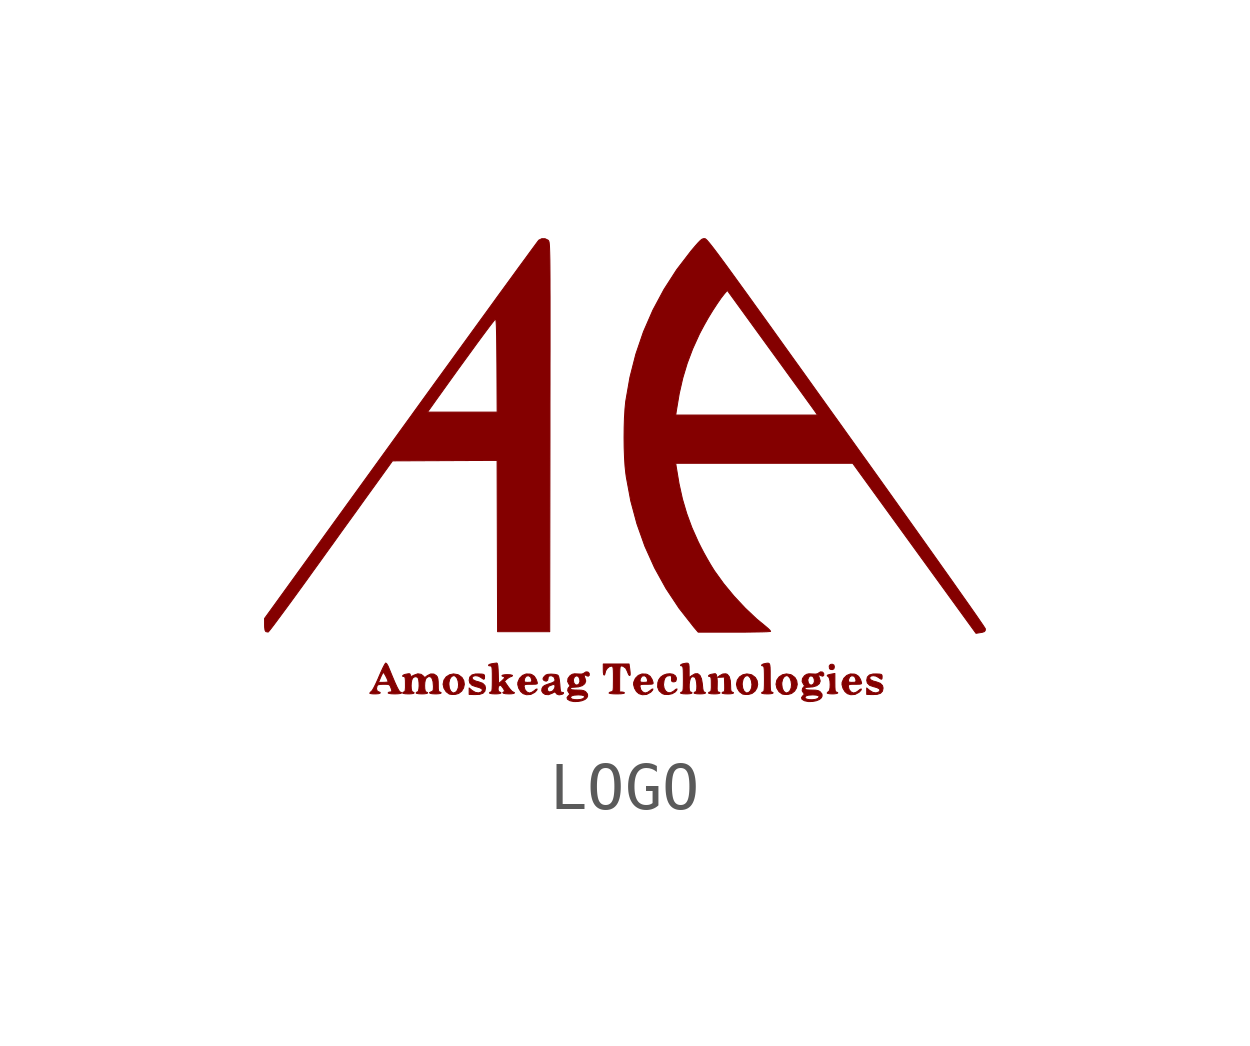
<source format=kicad_sym>
(kicad_symbol_lib
  (version 20210619)
  (generator bitmap2component)
  (symbol "LOGO"
    (pin_names
      (offset 1.016))
    (property "Reference" "#G"
      (at 0 4.389 0)
      (effects (font (size 1.27 1.27)) hide))
    (symbol "LOGO_0_0"
      (polyline (pts (xy -0.972 -4.619) (xy -0.89 -4.604) (xy -0.823 -4.577) (xy -0.783 -4.541) (xy -0.768 -4.506) (xy -0.77 -4.465) (xy -0.804 -4.421) (xy -0.817 -4.409) (xy -0.852 -4.392) (xy -0.904 -4.383) (xy -0.985 -4.381) (xy -1.029 -4.38) (xy -1.087 -4.376) (xy -1.117 -4.367) (xy -1.125 -4.351) (xy -1.122 -4.338) (xy -1.095 -4.324) (xy -1.036 -4.32) (xy -0.958 -4.314) (xy -0.878 -4.289) (xy -0.827 -4.247) (xy -0.807 -4.193) (xy -0.824 -4.129) (xy -0.831 -4.116) (xy -0.84 -4.077) (xy -0.826 -4.063) (xy -0.793 -4.08) (xy -0.791 -4.082) (xy -0.755 -4.092) (xy -0.733 -4.073) (xy -0.735 -4.032) (xy -0.761 -4.005) (xy -0.803 -4.002) (xy -0.843 -4.027) (xy -0.856 -4.038) (xy -0.899 -4.048) (xy -0.971 -4.045) (xy -0.974 -4.045) (xy -1.042 -4.042) (xy -1.088 -4.052) (xy -1.13 -4.079) (xy -1.136 -4.084) (xy -1.177 -4.14) (xy -1.181 -4.178) (xy -1.065 -4.178) (xy -1.064 -4.159) (xy -1.044 -4.11) (xy -1.009 -4.085) (xy -0.968 -4.093) (xy -0.957 -4.102) (xy -0.933 -4.148) (xy -0.928 -4.204) (xy -0.946 -4.251) (xy -0.984 -4.277) (xy -1.023 -4.271) (xy -1.053 -4.236) (xy -1.065 -4.178) (xy -1.181 -4.178) (xy -1.184 -4.203) (xy -1.155 -4.261) (xy -1.145 -4.272) (xy -1.135 -4.297) (xy -1.155 -4.32) (xy -1.176 -4.346) (xy -1.183 -4.396) (xy -1.156 -4.441) (xy -1.144 -4.452) (xy -1.141 -4.472) (xy -1.169 -4.5) (xy -1.192 -4.53) (xy -1.123 -4.53) (xy -1.104 -4.503) (xy -1.051 -4.487) (xy -0.961 -4.481) (xy -0.887 -4.486) (xy -0.84 -4.501) (xy -0.829 -4.524) (xy -0.855 -4.554) (xy -0.862 -4.559) (xy -0.911 -4.575) (xy -0.975 -4.582) (xy -1.04 -4.58) (xy -1.092 -4.569) (xy -1.119 -4.55) (xy -1.123 -4.53) (xy -1.192 -4.53) (xy -1.197 -4.537) (xy -1.188 -4.572) (xy -1.138 -4.602) (xy -1.132 -4.604) (xy -1.056 -4.62) (xy -0.972 -4.619)) (stroke (width 0.01)) (fill (type outline)))
      (polyline (pts (xy 3.911 -4.619) (xy 3.993 -4.604) (xy 4.06 -4.577) (xy 4.1 -4.541) (xy 4.115 -4.506) (xy 4.113 -4.465) (xy 4.079 -4.421) (xy 4.066 -4.409) (xy 4.031 -4.392) (xy 3.979 -4.383) (xy 3.898 -4.381) (xy 3.854 -4.38) (xy 3.796 -4.376) (xy 3.766 -4.367) (xy 3.758 -4.351) (xy 3.761 -4.338) (xy 3.788 -4.324) (xy 3.847 -4.32) (xy 3.925 -4.314) (xy 4.005 -4.289) (xy 4.057 -4.247) (xy 4.076 -4.193) (xy 4.059 -4.129) (xy 4.053 -4.116) (xy 4.043 -4.077) (xy 4.057 -4.063) (xy 4.09 -4.08) (xy 4.092 -4.082) (xy 4.128 -4.092) (xy 4.15 -4.073) (xy 4.148 -4.032) (xy 4.122 -4.005) (xy 4.08 -4.002) (xy 4.04 -4.027) (xy 4.027 -4.038) (xy 3.984 -4.048) (xy 3.912 -4.045) (xy 3.909 -4.045) (xy 3.841 -4.042) (xy 3.795 -4.052) (xy 3.753 -4.079) (xy 3.747 -4.084) (xy 3.706 -4.14) (xy 3.702 -4.178) (xy 3.818 -4.178) (xy 3.819 -4.159) (xy 3.839 -4.11) (xy 3.874 -4.085) (xy 3.915 -4.093) (xy 3.926 -4.102) (xy 3.95 -4.148) (xy 3.955 -4.204) (xy 3.938 -4.251) (xy 3.9 -4.277) (xy 3.86 -4.271) (xy 3.83 -4.236) (xy 3.818 -4.178) (xy 3.702 -4.178) (xy 3.699 -4.203) (xy 3.728 -4.261) (xy 3.738 -4.272) (xy 3.748 -4.297) (xy 3.728 -4.32) (xy 3.707 -4.346) (xy 3.7 -4.396) (xy 3.727 -4.441) (xy 3.739 -4.452) (xy 3.742 -4.472) (xy 3.714 -4.5) (xy 3.691 -4.53) (xy 3.76 -4.53) (xy 3.779 -4.503) (xy 3.832 -4.487) (xy 3.922 -4.481) (xy 3.996 -4.486) (xy 4.043 -4.501) (xy 4.054 -4.524) (xy 4.028 -4.554) (xy 4.021 -4.559) (xy 3.972 -4.575) (xy 3.908 -4.582) (xy 3.843 -4.58) (xy 3.791 -4.569) (xy 3.764 -4.55) (xy 3.76 -4.53) (xy 3.691 -4.53) (xy 3.686 -4.537) (xy 3.696 -4.572) (xy 3.745 -4.602) (xy 3.751 -4.604) (xy 3.827 -4.62) (xy 3.911 -4.619)) (stroke (width 0.01)) (fill (type outline)))
      (polyline (pts (xy -3.527 -4.472) (xy -3.454 -4.452) (xy -3.391 -4.403) (xy -3.351 -4.337) (xy -3.335 -4.262) (xy -3.346 -4.186) (xy -3.384 -4.119) (xy -3.452 -4.068) (xy -3.473 -4.059) (xy -3.561 -4.044) (xy -3.643 -4.062) (xy -3.713 -4.106) (xy -3.76 -4.173) (xy -3.778 -4.258) (xy -3.778 -4.259) (xy -3.778 -4.26) (xy -3.657 -4.26) (xy -3.655 -4.222) (xy -3.637 -4.148) (xy -3.602 -4.098) (xy -3.557 -4.079) (xy -3.523 -4.09) (xy -3.488 -4.131) (xy -3.465 -4.193) (xy -3.455 -4.265) (xy -3.462 -4.336) (xy -3.488 -4.396) (xy -3.518 -4.426) (xy -3.557 -4.441) (xy -3.578 -4.437) (xy -3.619 -4.404) (xy -3.647 -4.342) (xy -3.657 -4.26) (xy -3.778 -4.26) (xy -3.76 -4.342) (xy -3.714 -4.415) (xy -3.65 -4.463) (xy -3.642 -4.465) (xy -3.59 -4.473) (xy -3.527 -4.472)) (stroke (width 0.01)) (fill (type outline)))
      (polyline (pts (xy -3.02 -4.471) (xy -2.948 -4.448) (xy -2.907 -4.404) (xy -2.894 -4.339) (xy -2.906 -4.287) (xy -2.953 -4.24) (xy -3.034 -4.21) (xy -3.096 -4.194) (xy -3.155 -4.165) (xy -3.175 -4.131) (xy -3.173 -4.117) (xy -3.147 -4.09) (xy -3.1 -4.081) (xy -3.043 -4.09) (xy -2.989 -4.119) (xy -2.965 -4.137) (xy -2.932 -4.156) (xy -2.917 -4.146) (xy -2.914 -4.104) (xy -2.914 -4.1) (xy -2.917 -4.071) (xy -2.932 -4.055) (xy -2.968 -4.048) (xy -3.035 -4.045) (xy -3.105 -4.046) (xy -3.179 -4.067) (xy -3.222 -4.11) (xy -3.235 -4.177) (xy -3.222 -4.234) (xy -3.174 -4.282) (xy -3.091 -4.311) (xy -3.084 -4.312) (xy -3.024 -4.329) (xy -2.981 -4.35) (xy -2.974 -4.355) (xy -2.957 -4.38) (xy -2.972 -4.409) (xy -2.988 -4.423) (xy -3.042 -4.44) (xy -3.108 -4.428) (xy -3.174 -4.389) (xy -3.235 -4.337) (xy -3.235 -4.471) (xy -3.122 -4.475) (xy -3.02 -4.471)) (stroke (width 0.01)) (fill (type outline)))
      (polyline (pts (xy -1.951 -4.472) (xy -1.87 -4.429) (xy -1.857 -4.417) (xy -1.826 -4.382) (xy -1.819 -4.36) (xy -1.821 -4.358) (xy -1.843 -4.364) (xy -1.878 -4.392) (xy -1.88 -4.394) (xy -1.929 -4.427) (xy -1.977 -4.441) (xy -1.986 -4.441) (xy -2.037 -4.418) (xy -2.075 -4.369) (xy -2.09 -4.306) (xy -2.09 -4.296) (xy -2.084 -4.276) (xy -2.064 -4.265) (xy -2.022 -4.261) (xy -1.948 -4.26) (xy -1.909 -4.26) (xy -1.851 -4.258) (xy -1.822 -4.252) (xy -1.814 -4.238) (xy -1.819 -4.215) (xy -1.838 -4.158) (xy -1.877 -4.095) (xy -1.931 -4.058) (xy -1.963 -4.048) (xy -2.048 -4.045) (xy -2.124 -4.076) (xy -2.185 -4.136) (xy -2.212 -4.2) (xy -2.087 -4.2) (xy -2.086 -4.167) (xy -2.074 -4.127) (xy -2.045 -4.091) (xy -2.036 -4.087) (xy -1.991 -4.084) (xy -1.953 -4.112) (xy -1.933 -4.167) (xy -1.931 -4.18) (xy -1.935 -4.207) (xy -1.957 -4.218) (xy -2.01 -4.22) (xy -2.03 -4.22) (xy -2.072 -4.216) (xy -2.087 -4.2) (xy -2.212 -4.2) (xy -2.221 -4.221) (xy -2.223 -4.267) (xy -2.203 -4.342) (xy -2.162 -4.411) (xy -2.11 -4.456) (xy -2.039 -4.478) (xy -1.951 -4.472)) (stroke (width 0.01)) (fill (type outline)))
      (polyline (pts (xy -1.298 -4.469) (xy -1.272 -4.453) (xy -1.27 -4.434) (xy -1.301 -4.428) (xy -1.305 -4.428) (xy -1.322 -4.422) (xy -1.333 -4.398) (xy -1.34 -4.348) (xy -1.346 -4.266) (xy -1.347 -4.256) (xy -1.356 -4.172) (xy -1.368 -4.108) (xy -1.383 -4.075) (xy -1.398 -4.066) (xy -1.449 -4.054) (xy -1.52 -4.049) (xy -1.539 -4.049) (xy -1.601 -4.054) (xy -1.64 -4.069) (xy -1.671 -4.098) (xy -1.69 -4.124) (xy -1.698 -4.151) (xy -1.681 -4.176) (xy -1.671 -4.184) (xy -1.631 -4.196) (xy -1.6 -4.177) (xy -1.591 -4.135) (xy -1.586 -4.098) (xy -1.551 -4.083) (xy -1.508 -4.085) (xy -1.464 -4.115) (xy -1.447 -4.168) (xy -1.448 -4.182) (xy -1.464 -4.205) (xy -1.503 -4.227) (xy -1.573 -4.251) (xy -1.603 -4.261) (xy -1.664 -4.285) (xy -1.698 -4.311) (xy -1.717 -4.345) (xy -1.719 -4.35) (xy -1.72 -4.36) (xy -1.608 -4.36) (xy -1.605 -4.339) (xy -1.572 -4.298) (xy -1.502 -4.27) (xy -1.474 -4.264) (xy -1.452 -4.271) (xy -1.447 -4.305) (xy -1.454 -4.342) (xy -1.484 -4.388) (xy -1.511 -4.408) (xy -1.559 -4.421) (xy -1.594 -4.405) (xy -1.608 -4.36) (xy -1.72 -4.36) (xy -1.724 -4.399) (xy -1.699 -4.44) (xy -1.652 -4.472) (xy -1.583 -4.477) (xy -1.504 -4.446) (xy -1.5 -4.444) (xy -1.461 -4.423) (xy -1.44 -4.424) (xy -1.424 -4.446) (xy -1.411 -4.463) (xy -1.363 -4.481) (xy -1.298 -4.469)) (stroke (width 0.01)) (fill (type outline)))
      (polyline (pts (xy 0.461 -4.472) (xy 0.541 -4.429) (xy 0.555 -4.417) (xy 0.585 -4.382) (xy 0.592 -4.36) (xy 0.591 -4.358) (xy 0.568 -4.364) (xy 0.533 -4.392) (xy 0.531 -4.394) (xy 0.483 -4.427) (xy 0.434 -4.441) (xy 0.426 -4.441) (xy 0.375 -4.418) (xy 0.337 -4.369) (xy 0.322 -4.306) (xy 0.322 -4.296) (xy 0.327 -4.276) (xy 0.347 -4.265) (xy 0.39 -4.261) (xy 0.464 -4.26) (xy 0.502 -4.26) (xy 0.56 -4.258) (xy 0.589 -4.252) (xy 0.597 -4.238) (xy 0.593 -4.215) (xy 0.574 -4.158) (xy 0.534 -4.095) (xy 0.48 -4.058) (xy 0.449 -4.048) (xy 0.364 -4.045) (xy 0.287 -4.076) (xy 0.227 -4.136) (xy 0.199 -4.2) (xy 0.324 -4.2) (xy 0.325 -4.167) (xy 0.338 -4.127) (xy 0.367 -4.091) (xy 0.375 -4.087) (xy 0.421 -4.084) (xy 0.459 -4.112) (xy 0.479 -4.167) (xy 0.48 -4.18) (xy 0.477 -4.207) (xy 0.454 -4.218) (xy 0.402 -4.22) (xy 0.382 -4.22) (xy 0.34 -4.216) (xy 0.324 -4.2) (xy 0.199 -4.2) (xy 0.191 -4.221) (xy 0.189 -4.267) (xy 0.209 -4.342) (xy 0.249 -4.411) (xy 0.301 -4.456) (xy 0.372 -4.478) (xy 0.461 -4.472)) (stroke (width 0.01)) (fill (type outline)))
      (polyline (pts (xy 0.993 -4.457) (xy 1.056 -4.42) (xy 1.059 -4.417) (xy 1.088 -4.382) (xy 1.094 -4.359) (xy 1.093 -4.357) (xy 1.07 -4.364) (xy 1.035 -4.392) (xy 1.018 -4.407) (xy 0.959 -4.437) (xy 0.903 -4.434) (xy 0.857 -4.401) (xy 0.825 -4.345) (xy 0.812 -4.27) (xy 0.824 -4.181) (xy 0.845 -4.125) (xy 0.884 -4.09) (xy 0.946 -4.079) (xy 0.962 -4.081) (xy 0.979 -4.099) (xy 0.98 -4.145) (xy 0.979 -4.182) (xy 0.991 -4.205) (xy 1.025 -4.21) (xy 1.033 -4.21) (xy 1.068 -4.197) (xy 1.081 -4.157) (xy 1.08 -4.125) (xy 1.056 -4.08) (xy 1.008 -4.051) (xy 0.946 -4.041) (xy 0.877 -4.047) (xy 0.809 -4.071) (xy 0.752 -4.112) (xy 0.713 -4.168) (xy 0.694 -4.227) (xy 0.69 -4.319) (xy 0.721 -4.396) (xy 0.786 -4.454) (xy 0.833 -4.471) (xy 0.913 -4.474) (xy 0.993 -4.457)) (stroke (width 0.01)) (fill (type outline)))
      (polyline (pts (xy 2.582 -4.472) (xy 2.655 -4.452) (xy 2.718 -4.403) (xy 2.758 -4.337) (xy 2.774 -4.262) (xy 2.763 -4.186) (xy 2.725 -4.119) (xy 2.657 -4.068) (xy 2.636 -4.059) (xy 2.548 -4.044) (xy 2.465 -4.062) (xy 2.396 -4.106) (xy 2.349 -4.173) (xy 2.331 -4.258) (xy 2.331 -4.259) (xy 2.331 -4.26) (xy 2.451 -4.26) (xy 2.454 -4.222) (xy 2.472 -4.148) (xy 2.506 -4.098) (xy 2.552 -4.079) (xy 2.586 -4.09) (xy 2.621 -4.131) (xy 2.644 -4.193) (xy 2.654 -4.265) (xy 2.647 -4.336) (xy 2.621 -4.396) (xy 2.591 -4.426) (xy 2.552 -4.441) (xy 2.531 -4.437) (xy 2.49 -4.404) (xy 2.462 -4.342) (xy 2.451 -4.26) (xy 2.331 -4.26) (xy 2.349 -4.342) (xy 2.394 -4.415) (xy 2.459 -4.463) (xy 2.466 -4.465) (xy 2.519 -4.473) (xy 2.582 -4.472)) (stroke (width 0.01)) (fill (type outline)))
      (polyline (pts (xy 3.406 -4.472) (xy 3.479 -4.452) (xy 3.542 -4.403) (xy 3.582 -4.337) (xy 3.598 -4.262) (xy 3.587 -4.186) (xy 3.549 -4.119) (xy 3.481 -4.068) (xy 3.46 -4.059) (xy 3.372 -4.044) (xy 3.289 -4.062) (xy 3.22 -4.106) (xy 3.172 -4.173) (xy 3.155 -4.258) (xy 3.155 -4.259) (xy 3.155 -4.26) (xy 3.275 -4.26) (xy 3.277 -4.222) (xy 3.296 -4.148) (xy 3.33 -4.098) (xy 3.376 -4.079) (xy 3.41 -4.09) (xy 3.445 -4.131) (xy 3.468 -4.193) (xy 3.478 -4.265) (xy 3.471 -4.336) (xy 3.445 -4.396) (xy 3.415 -4.426) (xy 3.376 -4.441) (xy 3.355 -4.437) (xy 3.314 -4.404) (xy 3.286 -4.342) (xy 3.275 -4.26) (xy 3.155 -4.26) (xy 3.173 -4.342) (xy 3.218 -4.415) (xy 3.283 -4.463) (xy 3.29 -4.465) (xy 3.343 -4.473) (xy 3.406 -4.472)) (stroke (width 0.01)) (fill (type outline)))
      (polyline (pts (xy 4.801 -4.472) (xy 4.881 -4.429) (xy 4.895 -4.417) (xy 4.926 -4.382) (xy 4.933 -4.36) (xy 4.931 -4.358) (xy 4.909 -4.364) (xy 4.873 -4.392) (xy 4.872 -4.394) (xy 4.823 -4.427) (xy 4.775 -4.441) (xy 4.766 -4.441) (xy 4.715 -4.418) (xy 4.677 -4.369) (xy 4.662 -4.306) (xy 4.662 -4.296) (xy 4.668 -4.276) (xy 4.688 -4.265) (xy 4.73 -4.261) (xy 4.804 -4.26) (xy 4.843 -4.26) (xy 4.901 -4.258) (xy 4.929 -4.252) (xy 4.938 -4.238) (xy 4.933 -4.215) (xy 4.914 -4.158) (xy 4.875 -4.095) (xy 4.82 -4.058) (xy 4.789 -4.048) (xy 4.704 -4.045) (xy 4.628 -4.076) (xy 4.567 -4.136) (xy 4.54 -4.2) (xy 4.665 -4.2) (xy 4.666 -4.167) (xy 4.668 -4.155) (xy 4.691 -4.105) (xy 4.731 -4.082) (xy 4.777 -4.091) (xy 4.802 -4.118) (xy 4.819 -4.167) (xy 4.82 -4.18) (xy 4.817 -4.207) (xy 4.795 -4.218) (xy 4.742 -4.22) (xy 4.722 -4.22) (xy 4.68 -4.216) (xy 4.665 -4.2) (xy 4.54 -4.2) (xy 4.531 -4.221) (xy 4.529 -4.267) (xy 4.549 -4.342) (xy 4.59 -4.411) (xy 4.642 -4.456) (xy 4.713 -4.478) (xy 4.801 -4.472)) (stroke (width 0.01)) (fill (type outline)))
      (polyline (pts (xy 5.259 -4.471) (xy 5.331 -4.448) (xy 5.372 -4.404) (xy 5.385 -4.339) (xy 5.373 -4.287) (xy 5.326 -4.24) (xy 5.245 -4.21) (xy 5.183 -4.194) (xy 5.124 -4.165) (xy 5.104 -4.131) (xy 5.106 -4.117) (xy 5.132 -4.09) (xy 5.179 -4.081) (xy 5.236 -4.09) (xy 5.29 -4.119) (xy 5.314 -4.137) (xy 5.347 -4.156) (xy 5.362 -4.146) (xy 5.365 -4.104) (xy 5.365 -4.1) (xy 5.362 -4.071) (xy 5.347 -4.055) (xy 5.311 -4.048) (xy 5.244 -4.045) (xy 5.174 -4.046) (xy 5.1 -4.067) (xy 5.058 -4.11) (xy 5.044 -4.177) (xy 5.057 -4.234) (xy 5.105 -4.282) (xy 5.188 -4.311) (xy 5.195 -4.312) (xy 5.255 -4.329) (xy 5.298 -4.35) (xy 5.305 -4.355) (xy 5.322 -4.38) (xy 5.307 -4.409) (xy 5.291 -4.423) (xy 5.237 -4.44) (xy 5.171 -4.428) (xy 5.106 -4.389) (xy 5.044 -4.337) (xy 5.044 -4.404) (xy 5.044 -4.471) (xy 5.158 -4.475) (xy 5.259 -4.471)) (stroke (width 0.01)) (fill (type outline)))
      (polyline (pts (xy -4.71 -4.458) (xy -4.661 -4.451) (xy -4.642 -4.441) (xy -4.645 -4.432) (xy -4.67 -4.421) (xy -4.676 -4.419) (xy -4.699 -4.389) (xy -4.735 -4.322) (xy -4.782 -4.22) (xy -4.841 -4.08) (xy -4.914 -3.903) (xy -4.925 -3.878) (xy -4.95 -3.835) (xy -4.971 -3.818) (xy -4.978 -3.823) (xy -5 -3.858) (xy -5.032 -3.92) (xy -5.07 -4.003) (xy -5.113 -4.101) (xy -5.134 -4.151) (xy -5.165 -4.22) (xy -5.123 -4.22) (xy -5.082 -4.125) (xy -5.067 -4.09) (xy -5.042 -4.04) (xy -5.025 -4.013) (xy -5.021 -4.013) (xy -5.002 -4.035) (xy -4.977 -4.078) (xy -4.951 -4.129) (xy -4.931 -4.176) (xy -4.923 -4.209) (xy -4.93 -4.213) (xy -4.966 -4.218) (xy -5.023 -4.22) (xy -5.123 -4.22) (xy -5.165 -4.22) (xy -5.177 -4.246) (xy -5.216 -4.325) (xy -5.248 -4.381) (xy -5.268 -4.407) (xy -5.29 -4.424) (xy -5.305 -4.446) (xy -5.295 -4.452) (xy -5.255 -4.459) (xy -5.195 -4.461) (xy -5.181 -4.461) (xy -5.12 -4.456) (xy -5.088 -4.444) (xy -5.088 -4.43) (xy -5.124 -4.415) (xy -5.15 -4.399) (xy -5.165 -4.354) (xy -5.152 -4.292) (xy -5.152 -4.29) (xy -5.133 -4.272) (xy -5.09 -4.263) (xy -5.016 -4.26) (xy -4.996 -4.26) (xy -4.935 -4.262) (xy -4.901 -4.27) (xy -4.882 -4.29) (xy -4.867 -4.327) (xy -4.853 -4.366) (xy -4.845 -4.403) (xy -4.854 -4.418) (xy -4.883 -4.421) (xy -4.907 -4.425) (xy -4.923 -4.441) (xy -4.905 -4.451) (xy -4.855 -4.458) (xy -4.783 -4.461) (xy -4.782 -4.461) (xy -4.71 -4.458)) (stroke (width 0.01)) (fill (type outline)))
      (polyline (pts (xy -3.884 -4.459) (xy -3.836 -4.452) (xy -3.818 -4.441) (xy -3.821 -4.432) (xy -3.848 -4.421) (xy -3.86 -4.417) (xy -3.871 -4.396) (xy -3.877 -4.35) (xy -3.878 -4.27) (xy -3.879 -4.211) (xy -3.885 -4.149) (xy -3.897 -4.108) (xy -3.919 -4.079) (xy -3.97 -4.047) (xy -4.036 -4.045) (xy -4.106 -4.08) (xy -4.158 -4.121) (xy -4.199 -4.08) (xy -4.236 -4.053) (xy -4.304 -4.042) (xy -4.381 -4.069) (xy -4.383 -4.07) (xy -4.431 -4.094) (xy -4.455 -4.094) (xy -4.461 -4.069) (xy -4.462 -4.056) (xy -4.472 -4.042) (xy -4.501 -4.041) (xy -4.559 -4.052) (xy -4.587 -4.059) (xy -4.617 -4.077) (xy -4.62 -4.093) (xy -4.592 -4.099) (xy -4.578 -4.104) (xy -4.568 -4.128) (xy -4.563 -4.178) (xy -4.562 -4.26) (xy -4.562 -4.331) (xy -4.567 -4.386) (xy -4.576 -4.413) (xy -4.592 -4.421) (xy -4.606 -4.423) (xy -4.622 -4.441) (xy -4.609 -4.45) (xy -4.566 -4.458) (xy -4.501 -4.461) (xy -4.447 -4.459) (xy -4.399 -4.452) (xy -4.381 -4.441) (xy -4.384 -4.432) (xy -4.411 -4.421) (xy -4.413 -4.421) (xy -4.43 -4.399) (xy -4.44 -4.351) (xy -4.443 -4.289) (xy -4.439 -4.223) (xy -4.428 -4.167) (xy -4.409 -4.131) (xy -4.393 -4.116) (xy -4.358 -4.101) (xy -4.312 -4.112) (xy -4.3 -4.124) (xy -4.286 -4.166) (xy -4.279 -4.227) (xy -4.277 -4.295) (xy -4.282 -4.357) (xy -4.293 -4.403) (xy -4.31 -4.421) (xy -4.324 -4.423) (xy -4.34 -4.441) (xy -4.328 -4.45) (xy -4.284 -4.458) (xy -4.22 -4.461) (xy -4.165 -4.459) (xy -4.118 -4.452) (xy -4.099 -4.441) (xy -4.103 -4.432) (xy -4.13 -4.421) (xy -4.132 -4.421) (xy -4.149 -4.399) (xy -4.159 -4.351) (xy -4.162 -4.289) (xy -4.158 -4.223) (xy -4.146 -4.167) (xy -4.128 -4.131) (xy -4.084 -4.1) (xy -4.042 -4.102) (xy -4.008 -4.138) (xy -3.987 -4.206) (xy -3.979 -4.303) (xy -3.979 -4.314) (xy -3.982 -4.372) (xy -3.994 -4.402) (xy -4.019 -4.415) (xy -4.034 -4.42) (xy -4.06 -4.434) (xy -4.05 -4.448) (xy -4.008 -4.457) (xy -3.939 -4.461) (xy -3.884 -4.459)) (stroke (width 0.01)) (fill (type outline)))
      (polyline (pts (xy -2.357 -4.459) (xy -2.309 -4.452) (xy -2.291 -4.441) (xy -2.293 -4.433) (xy -2.319 -4.421) (xy -2.343 -4.406) (xy -2.381 -4.365) (xy -2.424 -4.308) (xy -2.501 -4.196) (xy -2.445 -4.148) (xy -2.438 -4.142) (xy -2.394 -4.112) (xy -2.36 -4.099) (xy -2.347 -4.097) (xy -2.331 -4.079) (xy -2.341 -4.071) (xy -2.381 -4.062) (xy -2.442 -4.059) (xy -2.487 -4.061) (xy -2.534 -4.068) (xy -2.552 -4.079) (xy -2.549 -4.088) (xy -2.522 -4.099) (xy -2.514 -4.1) (xy -2.494 -4.112) (xy -2.508 -4.143) (xy -2.557 -4.191) (xy -2.622 -4.246) (xy -2.628 -4.032) (xy -2.631 -3.959) (xy -2.637 -3.878) (xy -2.646 -3.833) (xy -2.658 -3.818) (xy -2.662 -3.818) (xy -2.702 -3.823) (xy -2.758 -3.831) (xy -2.803 -3.842) (xy -2.83 -3.858) (xy -2.829 -3.872) (xy -2.793 -3.878) (xy -2.792 -3.878) (xy -2.776 -3.881) (xy -2.766 -3.892) (xy -2.759 -3.918) (xy -2.755 -3.966) (xy -2.753 -4.041) (xy -2.753 -4.15) (xy -2.753 -4.18) (xy -2.754 -4.282) (xy -2.757 -4.352) (xy -2.762 -4.394) (xy -2.771 -4.415) (xy -2.783 -4.421) (xy -2.797 -4.423) (xy -2.813 -4.441) (xy -2.8 -4.45) (xy -2.757 -4.458) (xy -2.693 -4.461) (xy -2.638 -4.459) (xy -2.591 -4.452) (xy -2.572 -4.441) (xy -2.576 -4.432) (xy -2.602 -4.421) (xy -2.605 -4.421) (xy -2.625 -4.402) (xy -2.633 -4.362) (xy -2.627 -4.317) (xy -2.607 -4.284) (xy -2.593 -4.278) (xy -2.567 -4.29) (xy -2.532 -4.335) (xy -2.517 -4.357) (xy -2.498 -4.398) (xy -2.507 -4.416) (xy -2.513 -4.418) (xy -2.535 -4.433) (xy -2.522 -4.447) (xy -2.479 -4.457) (xy -2.411 -4.461) (xy -2.357 -4.459)) (stroke (width 0.01)) (fill (type outline)))
      (polyline (pts (xy -0.146 -4.461) (xy -0.07 -4.458) (xy -0.019 -4.451) (xy 0 -4.441) (xy -0.013 -4.428) (xy -0.05 -4.421) (xy -0.101 -4.421) (xy -0.101 -4.15) (xy -0.1 -4.102) (xy -0.099 -4.006) (xy -0.096 -3.941) (xy -0.091 -3.902) (xy -0.082 -3.883) (xy -0.069 -3.878) (xy -0.029 -3.885) (xy 0.026 -3.925) (xy 0.063 -3.999) (xy 0.069 -4.019) (xy 0.088 -4.062) (xy 0.104 -4.079) (xy 0.114 -4.075) (xy 0.119 -4.054) (xy 0.117 -4.008) (xy 0.108 -3.931) (xy 0.095 -3.838) (xy -0.442 -3.838) (xy -0.442 -3.96) (xy -0.441 -4.012) (xy -0.434 -4.059) (xy -0.422 -4.069) (xy -0.412 -4.058) (xy -0.402 -4.021) (xy -0.392 -3.98) (xy -0.36 -3.93) (xy -0.316 -3.894) (xy -0.274 -3.882) (xy -0.257 -3.887) (xy -0.244 -3.898) (xy -0.237 -3.924) (xy -0.233 -3.97) (xy -0.231 -4.043) (xy -0.231 -4.15) (xy -0.231 -4.163) (xy -0.232 -4.266) (xy -0.233 -4.335) (xy -0.237 -4.379) (xy -0.245 -4.402) (xy -0.258 -4.413) (xy -0.276 -4.417) (xy -0.304 -4.425) (xy -0.322 -4.442) (xy -0.32 -4.445) (xy -0.292 -4.453) (xy -0.235 -4.459) (xy -0.161 -4.461) (xy -0.146 -4.461)) (stroke (width 0.01)) (fill (type outline)))
      (polyline (pts (xy 1.622 -4.459) (xy 1.67 -4.452) (xy 1.688 -4.441) (xy 1.685 -4.433) (xy 1.66 -4.421) (xy 1.657 -4.42) (xy 1.642 -4.402) (xy 1.631 -4.354) (xy 1.623 -4.27) (xy 1.622 -4.255) (xy 1.604 -4.148) (xy 1.572 -4.076) (xy 1.526 -4.04) (xy 1.468 -4.042) (xy 1.399 -4.081) (xy 1.346 -4.122) (xy 1.346 -3.97) (xy 1.345 -3.892) (xy 1.339 -3.844) (xy 1.321 -3.822) (xy 1.286 -3.82) (xy 1.228 -3.831) (xy 1.2 -3.838) (xy 1.17 -3.856) (xy 1.167 -3.871) (xy 1.196 -3.878) (xy 1.199 -3.879) (xy 1.21 -3.888) (xy 1.218 -3.913) (xy 1.223 -3.962) (xy 1.225 -4.038) (xy 1.226 -4.15) (xy 1.226 -4.18) (xy 1.225 -4.282) (xy 1.222 -4.352) (xy 1.216 -4.394) (xy 1.208 -4.415) (xy 1.196 -4.421) (xy 1.182 -4.423) (xy 1.165 -4.441) (xy 1.178 -4.45) (xy 1.222 -4.458) (xy 1.286 -4.461) (xy 1.341 -4.459) (xy 1.388 -4.452) (xy 1.407 -4.441) (xy 1.403 -4.431) (xy 1.376 -4.421) (xy 1.365 -4.416) (xy 1.352 -4.382) (xy 1.347 -4.326) (xy 1.348 -4.26) (xy 1.357 -4.195) (xy 1.371 -4.141) (xy 1.391 -4.112) (xy 1.419 -4.1) (xy 1.462 -4.112) (xy 1.473 -4.124) (xy 1.49 -4.167) (xy 1.502 -4.228) (xy 1.507 -4.295) (xy 1.505 -4.358) (xy 1.495 -4.403) (xy 1.478 -4.421) (xy 1.463 -4.423) (xy 1.447 -4.441) (xy 1.46 -4.45) (xy 1.503 -4.458) (xy 1.567 -4.461) (xy 1.622 -4.459)) (stroke (width 0.01)) (fill (type outline)))
      (polyline (pts (xy 1.923 -4.459) (xy 1.971 -4.452) (xy 1.989 -4.441) (xy 1.985 -4.431) (xy 1.957 -4.421) (xy 1.943 -4.417) (xy 1.933 -4.396) (xy 1.929 -4.352) (xy 1.931 -4.275) (xy 1.932 -4.199) (xy 1.926 -4.113) (xy 1.911 -4.058) (xy 1.89 -4.039) (xy 1.89 -4.039) (xy 1.86 -4.043) (xy 1.811 -4.052) (xy 1.783 -4.059) (xy 1.753 -4.077) (xy 1.75 -4.093) (xy 1.778 -4.099) (xy 1.792 -4.104) (xy 1.802 -4.128) (xy 1.807 -4.178) (xy 1.808 -4.26) (xy 1.808 -4.331) (xy 1.803 -4.386) (xy 1.794 -4.413) (xy 1.778 -4.421) (xy 1.764 -4.423) (xy 1.748 -4.441) (xy 1.761 -4.45) (xy 1.805 -4.458) (xy 1.869 -4.461) (xy 1.923 -4.459)) (stroke (width 0.01)) (fill (type outline)))
      (polyline (pts (xy 2.205 -4.459) (xy 2.252 -4.452) (xy 2.271 -4.441) (xy 2.267 -4.432) (xy 2.24 -4.421) (xy 2.233 -4.42) (xy 2.22 -4.404) (xy 2.212 -4.363) (xy 2.21 -4.289) (xy 2.204 -4.186) (xy 2.182 -4.103) (xy 2.142 -4.054) (xy 2.11 -4.042) (xy 2.048 -4.046) (xy 1.987 -4.078) (xy 1.939 -4.116) (xy 2.01 -4.113) (xy 2.08 -4.109) (xy 2.086 -4.265) (xy 2.087 -4.341) (xy 2.085 -4.39) (xy 2.076 -4.415) (xy 2.061 -4.421) (xy 2.046 -4.423) (xy 2.03 -4.441) (xy 2.042 -4.45) (xy 2.086 -4.458) (xy 2.15 -4.461) (xy 2.205 -4.459)) (stroke (width 0.01)) (fill (type outline)))
      (polyline (pts (xy 3.029 -4.459) (xy 3.076 -4.452) (xy 3.095 -4.441) (xy 3.091 -4.432) (xy 3.064 -4.421) (xy 3.057 -4.419) (xy 3.047 -4.406) (xy 3.041 -4.375) (xy 3.037 -4.321) (xy 3.035 -4.237) (xy 3.034 -4.119) (xy 3.034 -4.101) (xy 3.034 -3.988) (xy 3.032 -3.909) (xy 3.026 -3.858) (xy 3.014 -3.83) (xy 2.993 -3.82) (xy 2.961 -3.822) (xy 2.916 -3.831) (xy 2.888 -3.838) (xy 2.858 -3.856) (xy 2.855 -3.871) (xy 2.884 -3.878) (xy 2.887 -3.879) (xy 2.898 -3.888) (xy 2.906 -3.913) (xy 2.911 -3.962) (xy 2.913 -4.038) (xy 2.914 -4.15) (xy 2.914 -4.18) (xy 2.913 -4.282) (xy 2.91 -4.352) (xy 2.905 -4.394) (xy 2.896 -4.415) (xy 2.884 -4.421) (xy 2.87 -4.423) (xy 2.853 -4.441) (xy 2.866 -4.45) (xy 2.91 -4.458) (xy 2.974 -4.461) (xy 3.029 -4.459)) (stroke (width 0.01)) (fill (type outline)))
      (polyline (pts (xy 4.376 -4.459) (xy 4.423 -4.452) (xy 4.441 -4.441) (xy 4.438 -4.432) (xy 4.411 -4.421) (xy 4.406 -4.42) (xy 4.393 -4.409) (xy 4.386 -4.378) (xy 4.382 -4.319) (xy 4.381 -4.228) (xy 4.381 -4.035) (xy 4.305 -4.049) (xy 4.271 -4.056) (xy 4.229 -4.069) (xy 4.221 -4.083) (xy 4.245 -4.102) (xy 4.249 -4.104) (xy 4.267 -4.139) (xy 4.279 -4.197) (xy 4.283 -4.267) (xy 4.28 -4.334) (xy 4.269 -4.387) (xy 4.25 -4.414) (xy 4.236 -4.421) (xy 4.22 -4.443) (xy 4.23 -4.45) (xy 4.27 -4.458) (xy 4.33 -4.461) (xy 4.376 -4.459)) (stroke (width 0.01)) (fill (type outline)))
      (polyline (pts (xy 4.36 -3.94) (xy 4.371 -3.898) (xy 4.361 -3.859) (xy 4.325 -3.842) (xy 4.287 -3.848) (xy 4.263 -3.88) (xy 4.268 -3.93) (xy 4.283 -3.948) (xy 4.325 -3.955) (xy 4.36 -3.94)) (stroke (width 0.01)) (fill (type outline)))
      (polyline (pts (xy 7.401 -3.186) (xy 7.45 -3.178) (xy 7.493 -3.164) (xy 7.511 -3.143) (xy 7.516 -3.108) (xy 7.504 -3.087) (xy 7.47 -3.035) (xy 7.413 -2.952) (xy 7.335 -2.838) (xy 7.236 -2.696) (xy 7.116 -2.525) (xy 6.976 -2.327) (xy 6.818 -2.102) (xy 6.64 -1.851) (xy 6.445 -1.576) (xy 6.232 -1.276) (xy 6.003 -0.954) (xy 5.757 -0.609) (xy 5.496 -0.243) (xy 5.22 0.144) (xy 4.929 0.55) (xy 4.625 0.975) (xy 4.574 1.047) (xy 4.269 1.472) (xy 3.987 1.866) (xy 3.727 2.23) (xy 3.487 2.564) (xy 3.267 2.871) (xy 3.066 3.152) (xy 2.883 3.407) (xy 2.716 3.638) (xy 2.567 3.846) (xy 2.432 4.032) (xy 2.312 4.198) (xy 2.206 4.344) (xy 2.113 4.472) (xy 2.031 4.583) (xy 1.961 4.678) (xy 1.901 4.758) (xy 1.85 4.825) (xy 1.807 4.88) (xy 1.772 4.924) (xy 1.744 4.957) (xy 1.722 4.983) (xy 1.704 5) (xy 1.691 5.011) (xy 1.681 5.018) (xy 1.673 5.02) (xy 1.672 5.02) (xy 1.642 5.019) (xy 1.613 5.008) (xy 1.579 4.981) (xy 1.532 4.933) (xy 1.467 4.859) (xy 1.388 4.766) (xy 1.087 4.374) (xy 0.822 3.962) (xy 0.591 3.531) (xy 0.395 3.081) (xy 0.236 2.615) (xy 0.113 2.132) (xy 0.026 1.634) (xy 0.025 1.625) (xy 0.01 1.473) (xy 0.003 1.346) (xy 1.067 1.346) (xy 1.078 1.422) (xy 1.081 1.441) (xy 1.14 1.793) (xy 1.214 2.117) (xy 1.306 2.423) (xy 1.419 2.723) (xy 1.556 3.025) (xy 1.583 3.078) (xy 1.66 3.222) (xy 1.746 3.374) (xy 1.837 3.523) (xy 1.928 3.662) (xy 2.011 3.783) (xy 2.083 3.875) (xy 2.141 3.942) (xy 3.034 2.711) (xy 3.042 2.7) (xy 3.186 2.502) (xy 3.324 2.312) (xy 3.454 2.132) (xy 3.574 1.967) (xy 3.682 1.818) (xy 3.776 1.688) (xy 3.854 1.58) (xy 3.915 1.496) (xy 3.955 1.44) (xy 3.974 1.413) (xy 4.02 1.346) (xy 1.067 1.346) (xy 0.003 1.346) (xy -0.001 1.291) (xy -0.007 1.09) (xy -0.009 0.879) (xy -0.007 0.668) (xy 0.000200 0.467) (xy 0.011 0.285) (xy 0.027 0.134) (xy 0.038 0.054) (xy 0.13 -0.44) (xy 0.259 -0.92) (xy 0.424 -1.385) (xy 0.626 -1.834) (xy 0.864 -2.265) (xy 1.137 -2.677) (xy 1.445 -3.07) (xy 1.535 -3.175) (xy 2.297 -3.175) (xy 2.466 -3.175) (xy 2.621 -3.173) (xy 2.759 -3.171) (xy 2.874 -3.169) (xy 2.963 -3.166) (xy 3.02 -3.162) (xy 3.042 -3.159) (xy 3.042 -3.158) (xy 3.029 -3.136) (xy 2.992 -3.099) (xy 2.938 -3.053) (xy 2.752 -2.9) (xy 2.513 -2.674) (xy 2.281 -2.426) (xy 2.066 -2.166) (xy 1.877 -1.904) (xy 1.857 -1.873) (xy 1.793 -1.77) (xy 1.722 -1.647) (xy 1.65 -1.518) (xy 1.587 -1.397) (xy 1.534 -1.291) (xy 1.403 -0.997) (xy 1.296 -0.705) (xy 1.207 -0.403) (xy 1.136 -0.083) (xy 1.078 0.266) (xy 1.067 0.342) (xy 4.752 0.342) (xy 6.036 -1.429) (xy 7.32 -3.199) (xy 7.401 -3.186)) (stroke (width 0.01)) (fill (type outline)))
      (polyline (pts (xy -7.42 -3.172) (xy -7.399 -3.149) (xy -7.357 -3.096) (xy -7.296 -3.016) (xy -7.218 -2.911) (xy -7.124 -2.784) (xy -7.016 -2.638) (xy -6.896 -2.474) (xy -6.766 -2.295) (xy -6.628 -2.105) (xy -6.484 -1.904) (xy -6.361 -1.734) (xy -6.204 -1.515) (xy -6.046 -1.296) (xy -5.893 -1.082) (xy -5.745 -0.877) (xy -5.606 -0.685) (xy -5.48 -0.509) (xy -5.368 -0.353) (xy -5.274 -0.223) (xy -5.2 -0.121) (xy -4.831 0.392) (xy -2.653 0.402) (xy -2.648 -1.381) (xy -2.643 -3.165) (xy -1.557 -3.165) (xy -1.552 0.889) (xy -1.552 1.117) (xy -1.552 1.573) (xy -1.551 1.991) (xy -1.551 2.374) (xy -1.55 2.722) (xy -1.55 3.037) (xy -1.55 3.321) (xy -1.55 3.575) (xy -1.55 3.802) (xy -1.551 4.002) (xy -1.551 4.178) (xy -1.552 4.331) (xy -1.553 4.463) (xy -1.554 4.574) (xy -1.556 4.668) (xy -1.558 4.746) (xy -1.56 4.809) (xy -1.562 4.859) (xy -1.565 4.898) (xy -1.568 4.927) (xy -1.571 4.948) (xy -1.575 4.962) (xy -1.579 4.972) (xy -1.583 4.978) (xy -1.587 4.984) (xy -1.592 4.988) (xy -1.653 5.018) (xy -1.722 5.019) (xy -1.784 4.989) (xy -1.784 4.989) (xy -1.8 4.969) (xy -1.838 4.918) (xy -1.897 4.838) (xy -1.977 4.729) (xy -2.076 4.593) (xy -2.194 4.433) (xy -2.329 4.247) (xy -2.48 4.04) (xy -2.647 3.811) (xy -2.827 3.562) (xy -3.021 3.295) (xy -3.227 3.011) (xy -3.444 2.712) (xy -3.671 2.398) (xy -3.908 2.072) (xy -4.152 1.735) (xy -4.389 1.407) (xy -4.103 1.407) (xy -4.006 1.542) (xy -3.924 1.658) (xy -3.764 1.881) (xy -3.61 2.096) (xy -3.462 2.302) (xy -3.321 2.496) (xy -3.19 2.676) (xy -3.071 2.84) (xy -2.964 2.985) (xy -2.872 3.109) (xy -2.797 3.209) (xy -2.739 3.283) (xy -2.702 3.33) (xy -2.686 3.346) (xy -2.683 3.344) (xy -2.678 3.323) (xy -2.673 3.278) (xy -2.669 3.207) (xy -2.666 3.107) (xy -2.663 2.976) (xy -2.661 2.813) (xy -2.659 2.613) (xy -2.657 2.376) (xy -2.652 1.407) (xy -4.103 1.407) (xy -4.389 1.407) (xy -4.403 1.387) (xy -4.66 1.032) (xy -7.495 -2.889) (xy -7.495 -3.021) (xy -7.494 -3.069) (xy -7.486 -3.134) (xy -7.47 -3.162) (xy -7.462 -3.165) (xy -7.421 -3.173) (xy -7.42 -3.172)) (stroke (width 0.01)) (fill (type outline))))))
</source>
